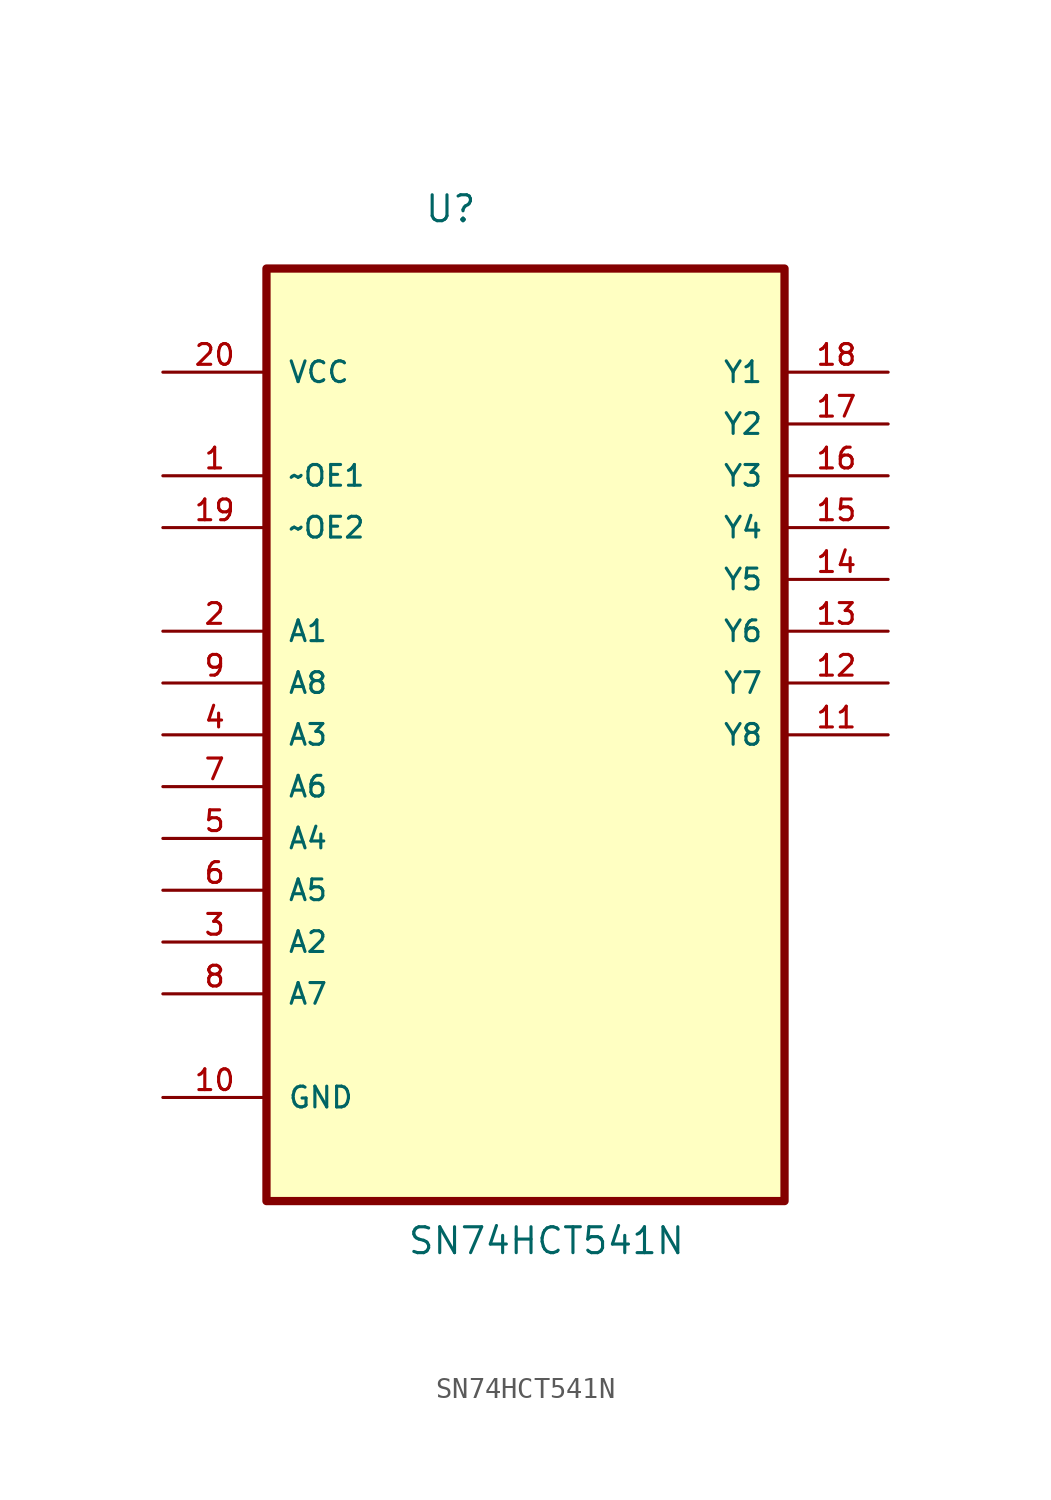
<source format=kicad_sym>
(kicad_symbol_lib
  (version 20211014)
  (generator kicad_symbol_editor)
  (symbol "SN74HCT541N"
    (pin_names
      (offset 1.016))
    (property "Reference" "U"
      (at -4.978 22.504 0.0)
      (effects (font (size 1.27 1.27)) (justify bottom left)))
    (property "Value" "SN74HCT541N"
      (at -5.817 -28.092 0.0)
      (effects (font (size 1.27 1.27)) (justify bottom left)))
    (symbol "SN74HCT541N_0_0"
      (rectangle (start -12.7 -25.4) (end 12.7 20.32) (stroke (width 0.406)) (fill (type background)))
      (pin power_in line (at -17.78 15.24 0) (length 5.08) (name "VCC" (effects (font (size 1.016 1.016)))) (number "20" (effects (font (size 1.016 1.016)))))
      (pin input line (at -17.78 10.16 0) (length 5.08) (name "~OE1" (effects (font (size 1.016 1.016)))) (number "1" (effects (font (size 1.016 1.016)))))
      (pin input line (at -17.78 7.62 0) (length 5.08) (name "~OE2" (effects (font (size 1.016 1.016)))) (number "19" (effects (font (size 1.016 1.016)))))
      (pin input line (at -17.78 2.54 0) (length 5.08) (name "A1" (effects (font (size 1.016 1.016)))) (number "2" (effects (font (size 1.016 1.016)))))
      (pin input line (at -17.78 0.0 0) (length 5.08) (name "A8" (effects (font (size 1.016 1.016)))) (number "9" (effects (font (size 1.016 1.016)))))
      (pin input line (at -17.78 -2.54 0) (length 5.08) (name "A3" (effects (font (size 1.016 1.016)))) (number "4" (effects (font (size 1.016 1.016)))))
      (pin input line (at -17.78 -5.08 0) (length 5.08) (name "A6" (effects (font (size 1.016 1.016)))) (number "7" (effects (font (size 1.016 1.016)))))
      (pin input line (at -17.78 -7.62 0) (length 5.08) (name "A4" (effects (font (size 1.016 1.016)))) (number "5" (effects (font (size 1.016 1.016)))))
      (pin input line (at -17.78 -10.16 0) (length 5.08) (name "A5" (effects (font (size 1.016 1.016)))) (number "6" (effects (font (size 1.016 1.016)))))
      (pin input line (at -17.78 -12.7 0) (length 5.08) (name "A2" (effects (font (size 1.016 1.016)))) (number "3" (effects (font (size 1.016 1.016)))))
      (pin input line (at -17.78 -15.24 0) (length 5.08) (name "A7" (effects (font (size 1.016 1.016)))) (number "8" (effects (font (size 1.016 1.016)))))
      (pin passive line (at -17.78 -20.32 0) (length 5.08) (name "GND" (effects (font (size 1.016 1.016)))) (number "10" (effects (font (size 1.016 1.016)))))
      (pin output line (at 17.78 15.24 180.0) (length 5.08) (name "Y1" (effects (font (size 1.016 1.016)))) (number "18" (effects (font (size 1.016 1.016)))))
      (pin output line (at 17.78 12.7 180.0) (length 5.08) (name "Y2" (effects (font (size 1.016 1.016)))) (number "17" (effects (font (size 1.016 1.016)))))
      (pin output line (at 17.78 10.16 180.0) (length 5.08) (name "Y3" (effects (font (size 1.016 1.016)))) (number "16" (effects (font (size 1.016 1.016)))))
      (pin output line (at 17.78 7.62 180.0) (length 5.08) (name "Y4" (effects (font (size 1.016 1.016)))) (number "15" (effects (font (size 1.016 1.016)))))
      (pin output line (at 17.78 5.08 180.0) (length 5.08) (name "Y5" (effects (font (size 1.016 1.016)))) (number "14" (effects (font (size 1.016 1.016)))))
      (pin output line (at 17.78 2.54 180.0) (length 5.08) (name "Y6" (effects (font (size 1.016 1.016)))) (number "13" (effects (font (size 1.016 1.016)))))
      (pin output line (at 17.78 0.0 180.0) (length 5.08) (name "Y7" (effects (font (size 1.016 1.016)))) (number "12" (effects (font (size 1.016 1.016)))))
      (pin output line (at 17.78 -2.54 180.0) (length 5.08) (name "Y8" (effects (font (size 1.016 1.016)))) (number "11" (effects (font (size 1.016 1.016))))))))
</source>
